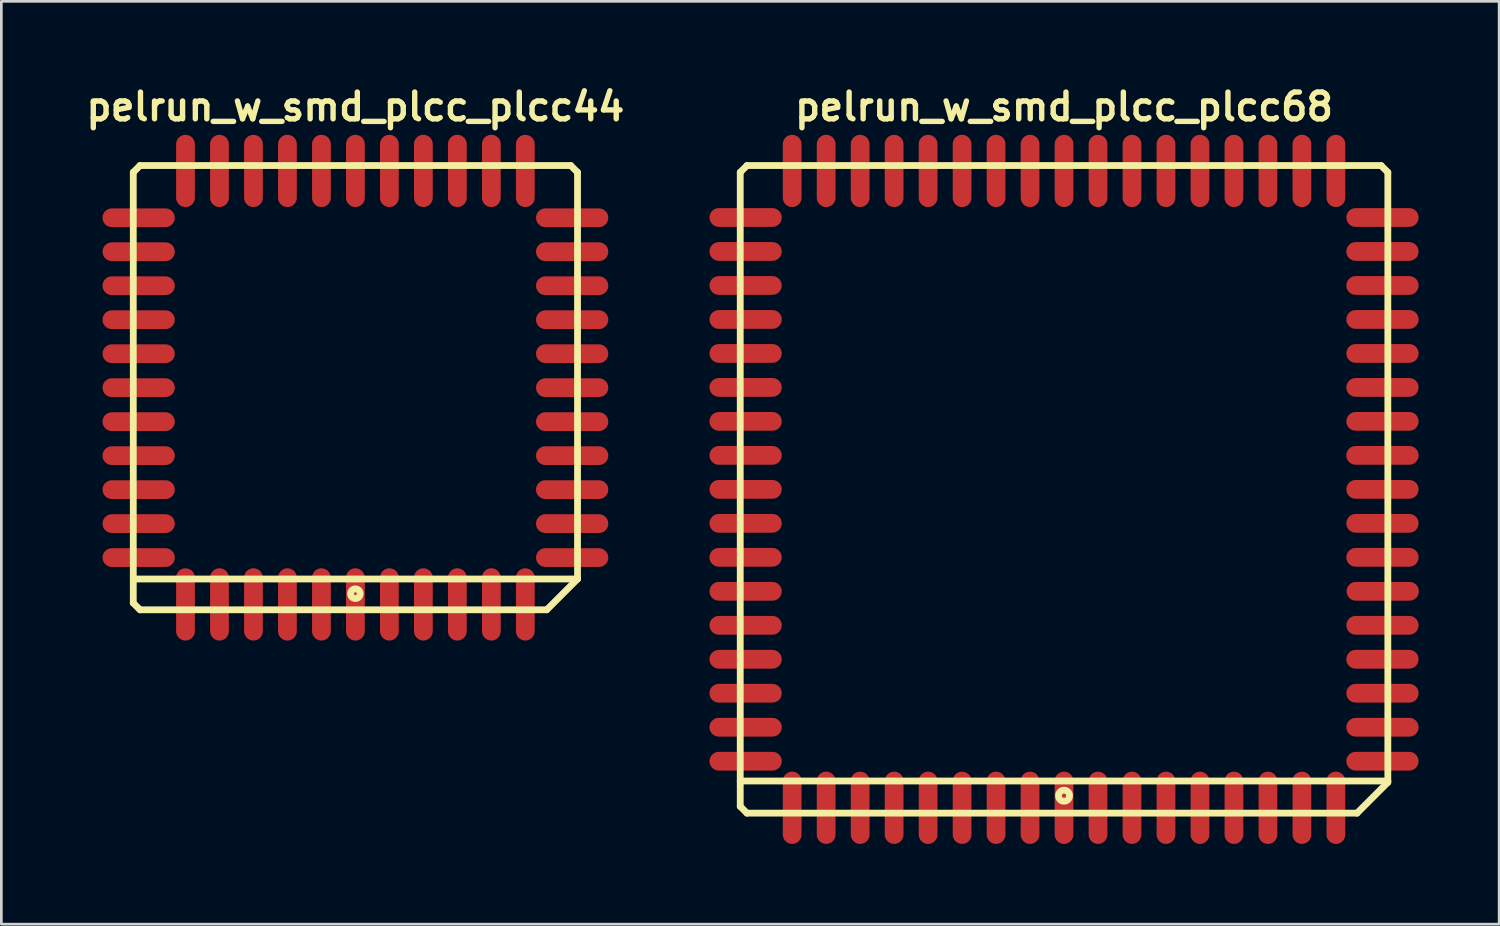
<source format=kicad_pcb>
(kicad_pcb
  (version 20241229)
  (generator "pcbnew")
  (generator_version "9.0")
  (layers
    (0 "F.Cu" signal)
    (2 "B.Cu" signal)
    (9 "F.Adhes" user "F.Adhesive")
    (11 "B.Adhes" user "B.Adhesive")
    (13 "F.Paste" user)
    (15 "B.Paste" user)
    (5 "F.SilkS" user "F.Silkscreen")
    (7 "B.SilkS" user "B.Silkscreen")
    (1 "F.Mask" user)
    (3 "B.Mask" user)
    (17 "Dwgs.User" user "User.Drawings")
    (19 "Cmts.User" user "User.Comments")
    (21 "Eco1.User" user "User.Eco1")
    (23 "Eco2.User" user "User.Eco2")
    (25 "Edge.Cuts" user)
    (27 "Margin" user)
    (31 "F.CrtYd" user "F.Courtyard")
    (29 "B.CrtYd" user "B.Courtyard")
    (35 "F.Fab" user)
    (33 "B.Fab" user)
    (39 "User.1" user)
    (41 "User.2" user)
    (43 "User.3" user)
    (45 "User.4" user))
  (footprint "pelrun_w_smd_plcc_plcc68"
    (layer "F.Cu")
    (at 36.715 15.238)
    (property "Reference" "pelrun_w_smd_plcc_plcc68" (at 0 -14.3 0) (layer "F.SilkS") (effects (font (size 1.001 1.001) (thickness 0.201))))
    (attr through_hole)
    (fp_line (start -12.101 -11.849) (end -11.849 -12.101) (stroke (width 0.254) (type solid)) (layer "F.SilkS"))
    (fp_line (start -12.101 11.849) (end -12.101 -11.849) (stroke (width 0.254) (type solid)) (layer "F.SilkS"))
    (fp_line (start -11.849 -12.101) (end 11.849 -12.101) (stroke (width 0.254) (type solid)) (layer "F.SilkS"))
    (fp_line (start -11.849 12.101) (end -12.101 11.849) (stroke (width 0.254) (type solid)) (layer "F.SilkS"))
    (fp_line (start 10.95 12.101) (end -11.849 12.101) (stroke (width 0.254) (type solid)) (layer "F.SilkS"))
    (fp_line (start 11.849 -12.101) (end 12.101 -11.849) (stroke (width 0.254) (type solid)) (layer "F.SilkS"))
    (fp_line (start 12.101 -11.849) (end 12.101 10.95) (stroke (width 0.254) (type solid)) (layer "F.SilkS"))
    (fp_line (start 12.101 10.899) (end -12.101 10.899) (stroke (width 0.254) (type solid)) (layer "F.SilkS"))
    (fp_line (start 12.101 10.95) (end 10.95 12.101) (stroke (width 0.254) (type solid)) (layer "F.SilkS"))
    (fp_circle (center 0 11.45) (end -0.201 11.501) (stroke (width 0.254) (type solid)) (fill no) (layer "F.SilkS"))
    (pad "1" smd oval (at 0 11.9) (size 0.701 2.7) (layers "F.Cu" "F.Mask" "F.Paste"))
    (pad "2" smd oval (at 1.27 11.9) (size 0.701 2.7) (layers "F.Cu" "F.Mask" "F.Paste"))
    (pad "3" smd oval (at 2.54 11.9) (size 0.701 2.7) (layers "F.Cu" "F.Mask" "F.Paste"))
    (pad "4" smd oval (at 3.81 11.9) (size 0.701 2.7) (layers "F.Cu" "F.Mask" "F.Paste"))
    (pad "5" smd oval (at 5.08 11.9) (size 0.701 2.7) (layers "F.Cu" "F.Mask" "F.Paste"))
    (pad "6" smd oval (at 6.35 11.9) (size 0.701 2.7) (layers "F.Cu" "F.Mask" "F.Paste"))
    (pad "7" smd oval (at 7.62 11.9) (size 0.701 2.7) (layers "F.Cu" "F.Mask" "F.Paste"))
    (pad "8" smd oval (at 8.89 11.9) (size 0.701 2.7) (layers "F.Cu" "F.Mask" "F.Paste"))
    (pad "9" smd oval (at 10.16 11.9) (size 0.701 2.7) (layers "F.Cu" "F.Mask" "F.Paste"))
    (pad "10" smd oval (at 11.9 10.16) (size 2.7 0.701) (layers "F.Cu" "F.Mask" "F.Paste"))
    (pad "11" smd oval (at 11.9 8.89) (size 2.7 0.701) (layers "F.Cu" "F.Mask" "F.Paste"))
    (pad "12" smd oval (at 11.9 7.62) (size 2.7 0.701) (layers "F.Cu" "F.Mask" "F.Paste"))
    (pad "13" smd oval (at 11.9 6.35) (size 2.7 0.701) (layers "F.Cu" "F.Mask" "F.Paste"))
    (pad "14" smd oval (at 11.9 5.08) (size 2.7 0.701) (layers "F.Cu" "F.Mask" "F.Paste"))
    (pad "15" smd oval (at 11.91 3.81) (size 2.7 0.701) (layers "F.Cu" "F.Mask" "F.Paste"))
    (pad "16" smd oval (at 11.9 2.54) (size 2.7 0.701) (layers "F.Cu" "F.Mask" "F.Paste"))
    (pad "17" smd oval (at 11.9 1.27) (size 2.7 0.701) (layers "F.Cu" "F.Mask" "F.Paste"))
    (pad "18" smd oval (at 11.9 0) (size 2.7 0.701) (layers "F.Cu" "F.Mask" "F.Paste"))
    (pad "19" smd oval (at 11.9 -1.27) (size 2.7 0.701) (layers "F.Cu" "F.Mask" "F.Paste"))
    (pad "20" smd oval (at 11.9 -2.54) (size 2.7 0.701) (layers "F.Cu" "F.Mask" "F.Paste"))
    (pad "21" smd oval (at 11.9 -3.81) (size 2.7 0.701) (layers "F.Cu" "F.Mask" "F.Paste"))
    (pad "22" smd oval (at 11.9 -5.08) (size 2.7 0.701) (layers "F.Cu" "F.Mask" "F.Paste"))
    (pad "23" smd oval (at 11.9 -6.35) (size 2.7 0.701) (layers "F.Cu" "F.Mask" "F.Paste"))
    (pad "24" smd oval (at 11.9 -7.62) (size 2.7 0.701) (layers "F.Cu" "F.Mask" "F.Paste"))
    (pad "25" smd oval (at 11.9 -8.89) (size 2.7 0.701) (layers "F.Cu" "F.Mask" "F.Paste"))
    (pad "26" smd oval (at 11.9 -10.16) (size 2.7 0.701) (layers "F.Cu" "F.Mask" "F.Paste"))
    (pad "27" smd oval (at 10.16 -11.9) (size 0.701 2.7) (layers "F.Cu" "F.Mask" "F.Paste"))
    (pad "28" smd oval (at 8.89 -11.9) (size 0.701 2.7) (layers "F.Cu" "F.Mask" "F.Paste"))
    (pad "29" smd oval (at 7.62 -11.9) (size 0.701 2.7) (layers "F.Cu" "F.Mask" "F.Paste"))
    (pad "30" smd oval (at 6.35 -11.9) (size 0.701 2.7) (layers "F.Cu" "F.Mask" "F.Paste"))
    (pad "31" smd oval (at 5.08 -11.9) (size 0.701 2.7) (layers "F.Cu" "F.Mask" "F.Paste"))
    (pad "32" smd oval (at 3.81 -11.9) (size 0.701 2.7) (layers "F.Cu" "F.Mask" "F.Paste"))
    (pad "33" smd oval (at 2.54 -11.9) (size 0.701 2.7) (layers "F.Cu" "F.Mask" "F.Paste"))
    (pad "34" smd oval (at 1.27 -11.9) (size 0.701 2.7) (layers "F.Cu" "F.Mask" "F.Paste"))
    (pad "35" smd oval (at 0 -11.9) (size 0.701 2.7) (layers "F.Cu" "F.Mask" "F.Paste"))
    (pad "36" smd oval (at -1.27 -11.9) (size 0.701 2.7) (layers "F.Cu" "F.Mask" "F.Paste"))
    (pad "37" smd oval (at -2.54 -11.9) (size 0.701 2.7) (layers "F.Cu" "F.Mask" "F.Paste"))
    (pad "38" smd oval (at -3.81 -11.9) (size 0.701 2.7) (layers "F.Cu" "F.Mask" "F.Paste"))
    (pad "39" smd oval (at -5.08 -11.9) (size 0.701 2.7) (layers "F.Cu" "F.Mask" "F.Paste"))
    (pad "40" smd oval (at -6.35 -11.9) (size 0.701 2.7) (layers "F.Cu" "F.Mask" "F.Paste"))
    (pad "41" smd oval (at -7.62 -11.9) (size 0.701 2.7) (layers "F.Cu" "F.Mask" "F.Paste"))
    (pad "42" smd oval (at -8.89 -11.9) (size 0.701 2.7) (layers "F.Cu" "F.Mask" "F.Paste"))
    (pad "43" smd oval (at -10.16 -11.9) (size 0.701 2.7) (layers "F.Cu" "F.Mask" "F.Paste"))
    (pad "44" smd oval (at -11.9 -10.16) (size 2.7 0.701) (layers "F.Cu" "F.Mask" "F.Paste"))
    (pad "45" smd oval (at -11.9 -8.89) (size 2.7 0.701) (layers "F.Cu" "F.Mask" "F.Paste"))
    (pad "46" smd oval (at -11.9 -7.62) (size 2.7 0.701) (layers "F.Cu" "F.Mask" "F.Paste"))
    (pad "47" smd oval (at -11.9 -6.35) (size 2.7 0.701) (layers "F.Cu" "F.Mask" "F.Paste"))
    (pad "48" smd oval (at -11.9 -5.08) (size 2.7 0.701) (layers "F.Cu" "F.Mask" "F.Paste"))
    (pad "49" smd oval (at -11.9 -3.81) (size 2.7 0.701) (layers "F.Cu" "F.Mask" "F.Paste"))
    (pad "50" smd oval (at -11.9 -2.54) (size 2.7 0.701) (layers "F.Cu" "F.Mask" "F.Paste"))
    (pad "51" smd oval (at -11.9 -1.27) (size 2.7 0.701) (layers "F.Cu" "F.Mask" "F.Paste"))
    (pad "52" smd oval (at -11.9 0) (size 2.7 0.701) (layers "F.Cu" "F.Mask" "F.Paste"))
    (pad "53" smd oval (at -11.9 1.27) (size 2.7 0.701) (layers "F.Cu" "F.Mask" "F.Paste"))
    (pad "54" smd oval (at -11.9 2.54) (size 2.7 0.701) (layers "F.Cu" "F.Mask" "F.Paste"))
    (pad "55" smd oval (at -11.9 3.81) (size 2.7 0.701) (layers "F.Cu" "F.Mask" "F.Paste"))
    (pad "56" smd oval (at -11.9 5.08) (size 2.7 0.701) (layers "F.Cu" "F.Mask" "F.Paste"))
    (pad "57" smd oval (at -11.9 6.35) (size 2.7 0.701) (layers "F.Cu" "F.Mask" "F.Paste"))
    (pad "58" smd oval (at -11.9 7.62) (size 2.7 0.701) (layers "F.Cu" "F.Mask" "F.Paste"))
    (pad "59" smd oval (at -11.9 8.89) (size 2.7 0.701) (layers "F.Cu" "F.Mask" "F.Paste"))
    (pad "60" smd oval (at -11.9 10.16) (size 2.7 0.701) (layers "F.Cu" "F.Mask" "F.Paste"))
    (pad "61" smd oval (at -10.16 11.9) (size 0.701 2.7) (layers "F.Cu" "F.Mask" "F.Paste"))
    (pad "62" smd oval (at -8.89 11.9) (size 0.701 2.7) (layers "F.Cu" "F.Mask" "F.Paste"))
    (pad "63" smd oval (at -7.62 11.9) (size 0.701 2.7) (layers "F.Cu" "F.Mask" "F.Paste"))
    (pad "64" smd oval (at -6.35 11.9) (size 0.701 2.7) (layers "F.Cu" "F.Mask" "F.Paste"))
    (pad "65" smd oval (at -5.08 11.9) (size 0.701 2.7) (layers "F.Cu" "F.Mask" "F.Paste"))
    (pad "66" smd oval (at -3.81 11.9) (size 0.701 2.7) (layers "F.Cu" "F.Mask" "F.Paste"))
    (pad "67" smd oval (at -2.54 11.9) (size 0.701 2.7) (layers "F.Cu" "F.Mask" "F.Paste"))
    (pad "68" smd oval (at -1.27 11.9) (size 0.701 2.7) (layers "F.Cu" "F.Mask" "F.Paste")))
  (footprint "pelrun_w_smd_plcc_plcc44"
    (layer "F.Cu")
    (at 10.232 11.438)
    (property "Reference" "pelrun_w_smd_plcc_plcc44" (at 0 -10.5 0) (layer "F.SilkS") (effects (font (size 1.001 1.001) (thickness 0.201))))
    (attr through_hole)
    (fp_line (start -8.301 -8.049) (end -8.301 8.049) (stroke (width 0.254) (type solid)) (layer "F.SilkS"))
    (fp_line (start -8.301 8.049) (end -8.049 8.301) (stroke (width 0.254) (type solid)) (layer "F.SilkS"))
    (fp_line (start -8.049 -8.301) (end -8.301 -8.049) (stroke (width 0.254) (type solid)) (layer "F.SilkS"))
    (fp_line (start -8.049 8.301) (end 7.15 8.301) (stroke (width 0.254) (type solid)) (layer "F.SilkS"))
    (fp_line (start 7.15 8.301) (end 8.301 7.15) (stroke (width 0.254) (type solid)) (layer "F.SilkS"))
    (fp_line (start 8.049 -8.301) (end -8.049 -8.301) (stroke (width 0.254) (type solid)) (layer "F.SilkS"))
    (fp_line (start 8.301 -8.049) (end 8.049 -8.301) (stroke (width 0.254) (type solid)) (layer "F.SilkS"))
    (fp_line (start 8.301 7.15) (end -8.301 7.15) (stroke (width 0.254) (type solid)) (layer "F.SilkS"))
    (fp_line (start 8.301 7.15) (end 8.301 -8.049) (stroke (width 0.254) (type solid)) (layer "F.SilkS"))
    (fp_circle (center 0 7.699) (end -0.15 7.8) (stroke (width 0.254) (type solid)) (fill no) (layer "F.SilkS"))
    (pad "1" smd oval (at 0 8.1) (size 0.701 2.7) (layers "F.Cu" "F.Mask" "F.Paste"))
    (pad "2" smd oval (at 1.27 8.1) (size 0.701 2.7) (layers "F.Cu" "F.Mask" "F.Paste"))
    (pad "3" smd oval (at 2.54 8.1) (size 0.701 2.7) (layers "F.Cu" "F.Mask" "F.Paste"))
    (pad "4" smd oval (at 3.81 8.1) (size 0.701 2.7) (layers "F.Cu" "F.Mask" "F.Paste"))
    (pad "5" smd oval (at 5.08 8.1) (size 0.701 2.7) (layers "F.Cu" "F.Mask" "F.Paste"))
    (pad "6" smd oval (at 6.35 8.1) (size 0.701 2.7) (layers "F.Cu" "F.Mask" "F.Paste"))
    (pad "7" smd oval (at 8.1 6.35) (size 2.7 0.701) (layers "F.Cu" "F.Mask" "F.Paste"))
    (pad "8" smd oval (at 8.1 5.08) (size 2.7 0.701) (layers "F.Cu" "F.Mask" "F.Paste"))
    (pad "9" smd oval (at 8.1 3.81) (size 2.7 0.701) (layers "F.Cu" "F.Mask" "F.Paste"))
    (pad "10" smd oval (at 8.1 2.54) (size 2.7 0.701) (layers "F.Cu" "F.Mask" "F.Paste"))
    (pad "11" smd oval (at 8.1 1.27) (size 2.7 0.701) (layers "F.Cu" "F.Mask" "F.Paste"))
    (pad "12" smd oval (at 8.1 0) (size 2.7 0.701) (layers "F.Cu" "F.Mask" "F.Paste"))
    (pad "13" smd oval (at 8.1 -1.27) (size 2.7 0.701) (layers "F.Cu" "F.Mask" "F.Paste"))
    (pad "14" smd oval (at 8.1 -2.54) (size 2.7 0.701) (layers "F.Cu" "F.Mask" "F.Paste"))
    (pad "15" smd oval (at 8.1 -3.81) (size 2.7 0.701) (layers "F.Cu" "F.Mask" "F.Paste"))
    (pad "16" smd oval (at 8.1 -5.08) (size 2.7 0.701) (layers "F.Cu" "F.Mask" "F.Paste"))
    (pad "17" smd oval (at 8.1 -6.35) (size 2.7 0.701) (layers "F.Cu" "F.Mask" "F.Paste"))
    (pad "18" smd oval (at 6.35 -8.1) (size 0.701 2.7) (layers "F.Cu" "F.Mask" "F.Paste"))
    (pad "19" smd oval (at 5.08 -8.1) (size 0.701 2.7) (layers "F.Cu" "F.Mask" "F.Paste"))
    (pad "20" smd oval (at 3.81 -8.1) (size 0.701 2.7) (layers "F.Cu" "F.Mask" "F.Paste"))
    (pad "21" smd oval (at 2.54 -8.1) (size 0.701 2.7) (layers "F.Cu" "F.Mask" "F.Paste"))
    (pad "22" smd oval (at 1.27 -8.1) (size 0.701 2.7) (layers "F.Cu" "F.Mask" "F.Paste"))
    (pad "23" smd oval (at 0 -8.1) (size 0.701 2.7) (layers "F.Cu" "F.Mask" "F.Paste"))
    (pad "24" smd oval (at -1.27 -8.1) (size 0.701 2.7) (layers "F.Cu" "F.Mask" "F.Paste"))
    (pad "25" smd oval (at -2.54 -8.1) (size 0.701 2.7) (layers "F.Cu" "F.Mask" "F.Paste"))
    (pad "26" smd oval (at -3.81 -8.1) (size 0.701 2.7) (layers "F.Cu" "F.Mask" "F.Paste"))
    (pad "27" smd oval (at -5.08 -8.1) (size 0.701 2.7) (layers "F.Cu" "F.Mask" "F.Paste"))
    (pad "28" smd oval (at -6.35 -8.1) (size 0.701 2.7) (layers "F.Cu" "F.Mask" "F.Paste"))
    (pad "29" smd oval (at -8.1 -6.35) (size 2.7 0.701) (layers "F.Cu" "F.Mask" "F.Paste"))
    (pad "30" smd oval (at -8.1 -5.08) (size 2.7 0.701) (layers "F.Cu" "F.Mask" "F.Paste"))
    (pad "31" smd oval (at -8.1 -3.81) (size 2.7 0.701) (layers "F.Cu" "F.Mask" "F.Paste"))
    (pad "32" smd oval (at -8.1 -2.54) (size 2.7 0.701) (layers "F.Cu" "F.Mask" "F.Paste"))
    (pad "33" smd oval (at -8.1 -1.27) (size 2.7 0.701) (layers "F.Cu" "F.Mask" "F.Paste"))
    (pad "34" smd oval (at -8.1 0) (size 2.7 0.701) (layers "F.Cu" "F.Mask" "F.Paste"))
    (pad "35" smd oval (at -8.1 1.27) (size 2.7 0.701) (layers "F.Cu" "F.Mask" "F.Paste"))
    (pad "36" smd oval (at -8.1 2.54) (size 2.7 0.701) (layers "F.Cu" "F.Mask" "F.Paste"))
    (pad "37" smd oval (at -8.1 3.81) (size 2.7 0.701) (layers "F.Cu" "F.Mask" "F.Paste"))
    (pad "38" smd oval (at -8.1 5.08) (size 2.7 0.701) (layers "F.Cu" "F.Mask" "F.Paste"))
    (pad "39" smd oval (at -8.1 6.35) (size 2.7 0.701) (layers "F.Cu" "F.Mask" "F.Paste"))
    (pad "40" smd oval (at -6.35 8.1) (size 0.701 2.7) (layers "F.Cu" "F.Mask" "F.Paste"))
    (pad "41" smd oval (at -5.08 8.1) (size 0.701 2.7) (layers "F.Cu" "F.Mask" "F.Paste"))
    (pad "42" smd oval (at -3.81 8.1) (size 0.701 2.7) (layers "F.Cu" "F.Mask" "F.Paste"))
    (pad "43" smd oval (at -2.54 8.1) (size 0.701 2.7) (layers "F.Cu" "F.Mask" "F.Paste"))
    (pad "44" smd oval (at -1.27 8.1) (size 0.701 2.7) (layers "F.Cu" "F.Mask" "F.Paste")))
  (gr_rect
    (start -3 -3)
    (end 52.975 31.488)
    (stroke (width 0.1) (type default))
    (fill no)
    (layer "Edge.Cuts")))
</source>
